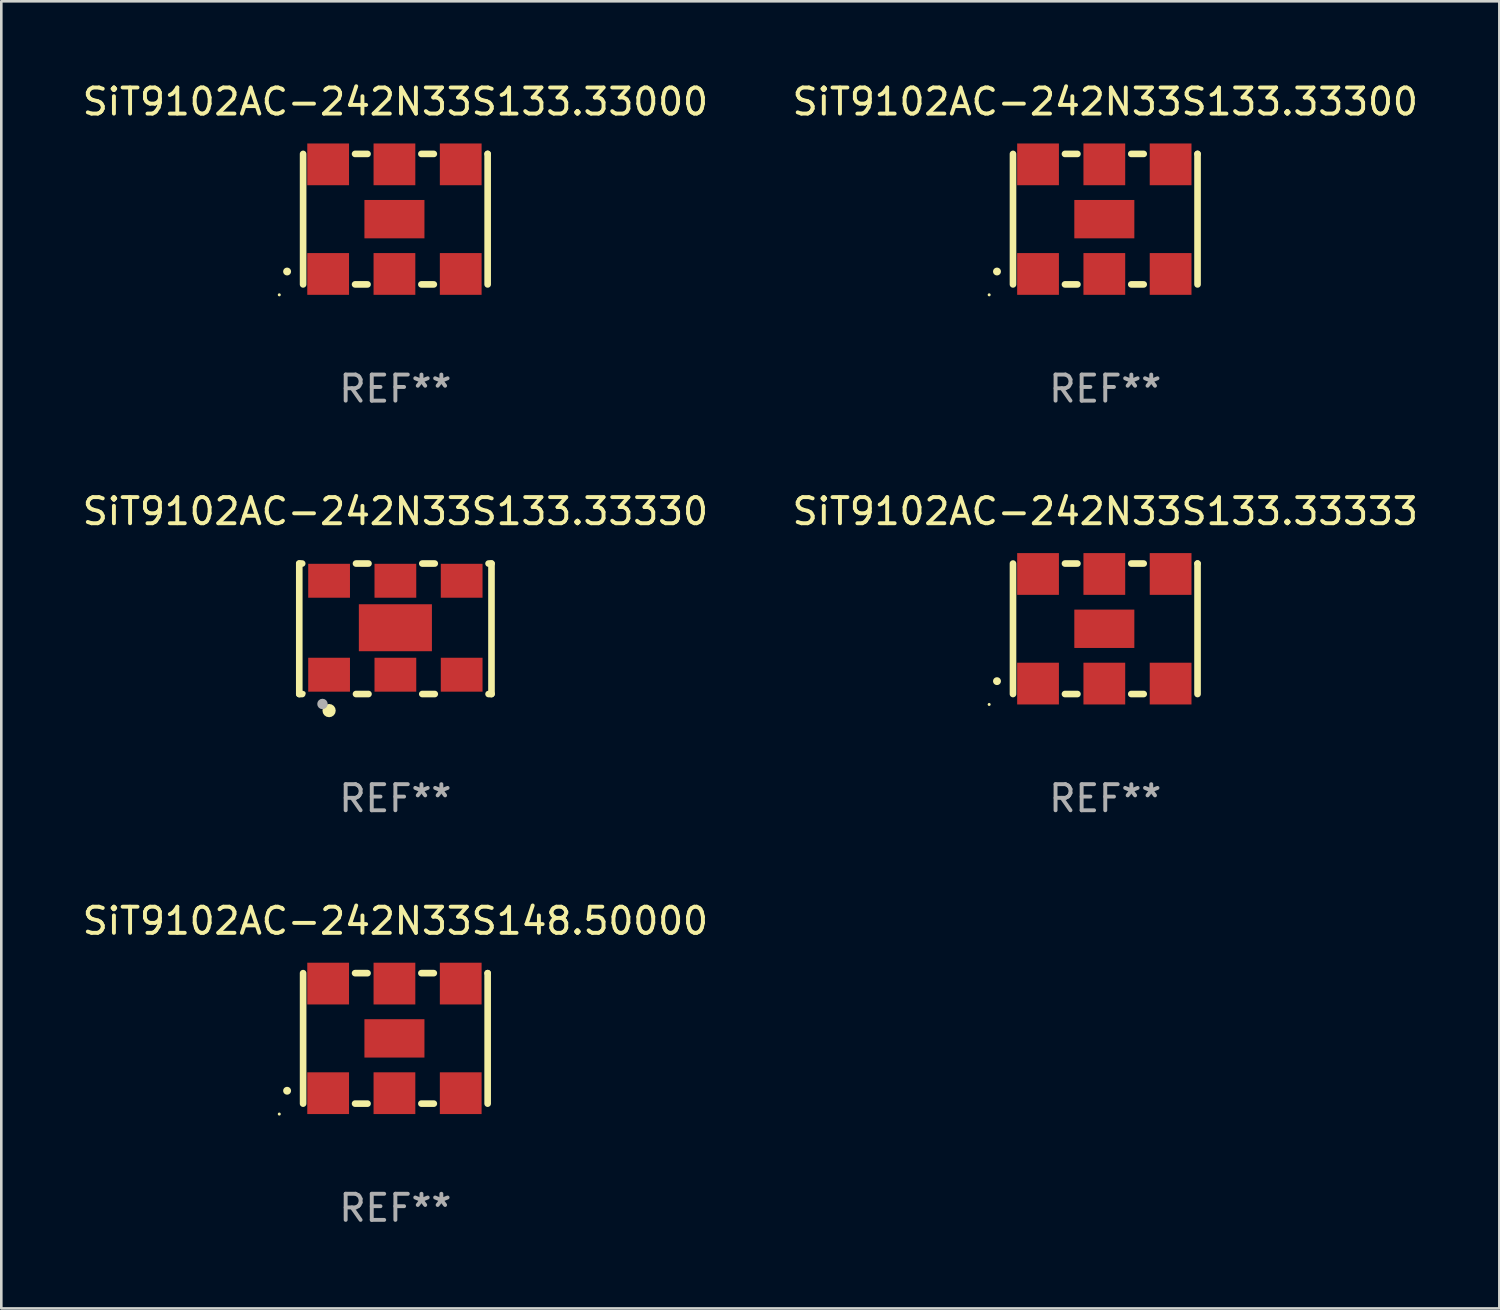
<source format=kicad_pcb>
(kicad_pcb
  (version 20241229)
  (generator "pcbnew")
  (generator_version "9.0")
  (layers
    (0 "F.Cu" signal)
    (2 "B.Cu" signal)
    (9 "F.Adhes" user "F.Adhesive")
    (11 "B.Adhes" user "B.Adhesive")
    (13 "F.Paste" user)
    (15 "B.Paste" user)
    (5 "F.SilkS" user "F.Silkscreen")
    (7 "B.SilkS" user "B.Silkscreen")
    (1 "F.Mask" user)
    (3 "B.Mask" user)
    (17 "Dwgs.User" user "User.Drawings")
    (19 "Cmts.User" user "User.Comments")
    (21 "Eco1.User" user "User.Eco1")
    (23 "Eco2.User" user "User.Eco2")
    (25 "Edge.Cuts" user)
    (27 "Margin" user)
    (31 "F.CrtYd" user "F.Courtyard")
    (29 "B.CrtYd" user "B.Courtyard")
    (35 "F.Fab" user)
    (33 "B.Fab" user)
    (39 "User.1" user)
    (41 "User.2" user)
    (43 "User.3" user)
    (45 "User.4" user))
  (footprint "SiT9102AC-242N33S133.33330"
    (layer "F.Cu")
    (at 12.101 21.045)
    (property "Reference" "SiT9102AC-242N33S133.33330" (at 0 -4.5 0) (layer "F.SilkS") (effects (font (size 1 1) (thickness 0.15))))
    (attr through_hole)
    (fp_line (start -3.683 -2.5) (end -3.571 -2.5) (stroke (width 0.254) (type solid)) (layer "F.SilkS"))
    (fp_line (start -3.683 2.5) (end -3.683 -2.5) (stroke (width 0.254) (type solid)) (layer "F.SilkS"))
    (fp_line (start -3.683 2.5) (end -3.571 2.5) (stroke (width 0.254) (type solid)) (layer "F.SilkS"))
    (fp_line (start -1.509 -2.5) (end -1.031 -2.5) (stroke (width 0.254) (type solid)) (layer "F.SilkS"))
    (fp_line (start -1.509 2.5) (end -1.031 2.5) (stroke (width 0.254) (type solid)) (layer "F.SilkS"))
    (fp_line (start 1.031 -2.5) (end 1.509 -2.5) (stroke (width 0.254) (type solid)) (layer "F.SilkS"))
    (fp_line (start 1.031 2.5) (end 1.509 2.5) (stroke (width 0.254) (type solid)) (layer "F.SilkS"))
    (fp_line (start 3.571 -2.5) (end 3.683 -2.5) (stroke (width 0.254) (type solid)) (layer "F.SilkS"))
    (fp_line (start 3.571 2.5) (end 3.683 2.5) (stroke (width 0.254) (type solid)) (layer "F.SilkS"))
    (fp_line (start 3.683 2.5) (end 3.683 -2.5) (stroke (width 0.254) (type solid)) (layer "F.SilkS"))
    (fp_circle (center -3.5 2.46) (end -3.47 2.46) (stroke (width 0.06) (type solid)) (fill no) (layer "F.SilkS"))
    (fp_circle (center -2.54 3.135) (end -2.413 3.135) (stroke (width 0.254) (type solid)) (fill no) (layer "F.SilkS"))
    (fp_circle (center -2.794 2.881) (end -2.694 2.881) (stroke (width 0.2) (type solid)) (fill no) (layer "F.Fab"))
    (fp_text user "REF**" (at 0 6.5 0) (layer "F.Fab") (effects (font (size 1 1) (thickness 0.15))))
    (pad "1" smd rect (at -2.54 1.76) (size 1.6 1.3) (layers "F.Cu" "F.Mask" "F.Paste"))
    (pad "2" smd rect (at 0 1.76) (size 1.6 1.3) (layers "F.Cu" "F.Mask" "F.Paste"))
    (pad "3" smd rect (at 2.54 1.76) (size 1.6 1.3) (layers "F.Cu" "F.Mask" "F.Paste"))
    (pad "4" smd rect (at 2.54 -1.84) (size 1.6 1.3) (layers "F.Cu" "F.Mask" "F.Paste"))
    (pad "5" smd rect (at 0 -1.84) (size 1.6 1.3) (layers "F.Cu" "F.Mask" "F.Paste"))
    (pad "6" smd rect (at -2.54 -1.84) (size 1.6 1.3) (layers "F.Cu" "F.Mask" "F.Paste"))
    (pad "7" smd rect (at 0 -0.04) (size 2.8 1.8) (layers "F.Cu" "F.Mask" "F.Paste")))
  (footprint "SiT9102AC-242N33S133.33000"
    (layer "F.Cu")
    (at 12.101 5.348)
    (property "Reference" "SiT9102AC-242N33S133.33000" (at 0 -4.5 0) (layer "F.SilkS") (effects (font (size 1 1) (thickness 0.15))))
    (attr through_hole)
    (fp_line (start -3.536 -2.5) (end -3.536 2.5) (stroke (width 0.254) (type solid)) (layer "F.SilkS"))
    (fp_line (start -1.544 2.5) (end -1.067 2.5) (stroke (width 0.254) (type solid)) (layer "F.SilkS"))
    (fp_line (start -1.067 -2.5) (end -1.544 -2.5) (stroke (width 0.254) (type solid)) (layer "F.SilkS"))
    (fp_line (start 0.996 2.5) (end 1.473 2.5) (stroke (width 0.254) (type solid)) (layer "F.SilkS"))
    (fp_line (start 1.473 -2.5) (end 0.996 -2.5) (stroke (width 0.254) (type solid)) (layer "F.SilkS"))
    (fp_line (start 3.536 -2.5) (end 3.536 -2.5) (stroke (width 0.254) (type solid)) (layer "F.SilkS"))
    (fp_line (start 3.536 2.5) (end 3.536 -2.5) (stroke (width 0.254) (type solid)) (layer "F.SilkS"))
    (fp_arc (start -4.150432 2.006604) (mid -4.149162 2.006599) (end -4.147892 2.006604) (stroke (width 0.3) (type solid)) (layer "F.SilkS"))
    (fp_circle (center -4.449 2.9) (end -4.419 2.9) (stroke (width 0.06) (type solid)) (fill no) (layer "F.SilkS"))
    (fp_text user "REF**" (at 0 6.5 0) (layer "F.Fab") (effects (font (size 1 1) (thickness 0.15))))
    (pad "1" smd rect (at -2.576 2.1) (size 1.6 1.6) (layers "F.Cu" "F.Mask" "F.Paste"))
    (pad "2" smd rect (at -0.036 2.1) (size 1.6 1.6) (layers "F.Cu" "F.Mask" "F.Paste"))
    (pad "3" smd rect (at 2.504 2.1) (size 1.6 1.6) (layers "F.Cu" "F.Mask" "F.Paste"))
    (pad "4" smd rect (at 2.504 -2.1) (size 1.6 1.6) (layers "F.Cu" "F.Mask" "F.Paste"))
    (pad "5" smd rect (at -0.036 -2.1) (size 1.6 1.6) (layers "F.Cu" "F.Mask" "F.Paste"))
    (pad "6" smd rect (at -2.576 -2.1) (size 1.6 1.6) (layers "F.Cu" "F.Mask" "F.Paste"))
    (pad "7" smd rect (at -0.036 0) (size 2.3 1.47) (layers "F.Cu" "F.Mask" "F.Paste")))
  (footprint "SiT9102AC-242N33S133.33333"
    (layer "F.Cu")
    (at 39.304 21.045)
    (property "Reference" "SiT9102AC-242N33S133.33333" (at 0 -4.5 0) (layer "F.SilkS") (effects (font (size 1 1) (thickness 0.15))))
    (attr through_hole)
    (fp_line (start -3.536 -2.5) (end -3.536 2.5) (stroke (width 0.254) (type solid)) (layer "F.SilkS"))
    (fp_line (start -1.544 2.5) (end -1.067 2.5) (stroke (width 0.254) (type solid)) (layer "F.SilkS"))
    (fp_line (start -1.067 -2.5) (end -1.544 -2.5) (stroke (width 0.254) (type solid)) (layer "F.SilkS"))
    (fp_line (start 0.996 2.5) (end 1.473 2.5) (stroke (width 0.254) (type solid)) (layer "F.SilkS"))
    (fp_line (start 1.473 -2.5) (end 0.996 -2.5) (stroke (width 0.254) (type solid)) (layer "F.SilkS"))
    (fp_line (start 3.536 -2.5) (end 3.536 -2.5) (stroke (width 0.254) (type solid)) (layer "F.SilkS"))
    (fp_line (start 3.536 2.5) (end 3.536 -2.5) (stroke (width 0.254) (type solid)) (layer "F.SilkS"))
    (fp_arc (start -4.150432 2.006604) (mid -4.149162 2.006599) (end -4.147892 2.006604) (stroke (width 0.3) (type solid)) (layer "F.SilkS"))
    (fp_circle (center -4.449 2.9) (end -4.419 2.9) (stroke (width 0.06) (type solid)) (fill no) (layer "F.SilkS"))
    (fp_text user "REF**" (at 0 6.5 0) (layer "F.Fab") (effects (font (size 1 1) (thickness 0.15))))
    (pad "1" smd rect (at -2.576 2.1) (size 1.6 1.6) (layers "F.Cu" "F.Mask" "F.Paste"))
    (pad "2" smd rect (at -0.036 2.1) (size 1.6 1.6) (layers "F.Cu" "F.Mask" "F.Paste"))
    (pad "3" smd rect (at 2.504 2.1) (size 1.6 1.6) (layers "F.Cu" "F.Mask" "F.Paste"))
    (pad "4" smd rect (at 2.504 -2.1) (size 1.6 1.6) (layers "F.Cu" "F.Mask" "F.Paste"))
    (pad "5" smd rect (at -0.036 -2.1) (size 1.6 1.6) (layers "F.Cu" "F.Mask" "F.Paste"))
    (pad "6" smd rect (at -2.576 -2.1) (size 1.6 1.6) (layers "F.Cu" "F.Mask" "F.Paste"))
    (pad "7" smd rect (at -0.036 0) (size 2.3 1.47) (layers "F.Cu" "F.Mask" "F.Paste")))
  (footprint "SiT9102AC-242N33S133.33300"
    (layer "F.Cu")
    (at 39.304 5.348)
    (property "Reference" "SiT9102AC-242N33S133.33300" (at 0 -4.5 0) (layer "F.SilkS") (effects (font (size 1 1) (thickness 0.15))))
    (attr through_hole)
    (fp_line (start -3.536 -2.5) (end -3.536 2.5) (stroke (width 0.254) (type solid)) (layer "F.SilkS"))
    (fp_line (start -1.544 2.5) (end -1.067 2.5) (stroke (width 0.254) (type solid)) (layer "F.SilkS"))
    (fp_line (start -1.067 -2.5) (end -1.544 -2.5) (stroke (width 0.254) (type solid)) (layer "F.SilkS"))
    (fp_line (start 0.996 2.5) (end 1.473 2.5) (stroke (width 0.254) (type solid)) (layer "F.SilkS"))
    (fp_line (start 1.473 -2.5) (end 0.996 -2.5) (stroke (width 0.254) (type solid)) (layer "F.SilkS"))
    (fp_line (start 3.536 -2.5) (end 3.536 -2.5) (stroke (width 0.254) (type solid)) (layer "F.SilkS"))
    (fp_line (start 3.536 2.5) (end 3.536 -2.5) (stroke (width 0.254) (type solid)) (layer "F.SilkS"))
    (fp_arc (start -4.150432 2.006604) (mid -4.149162 2.006599) (end -4.147892 2.006604) (stroke (width 0.3) (type solid)) (layer "F.SilkS"))
    (fp_circle (center -4.449 2.9) (end -4.419 2.9) (stroke (width 0.06) (type solid)) (fill no) (layer "F.SilkS"))
    (fp_text user "REF**" (at 0 6.5 0) (layer "F.Fab") (effects (font (size 1 1) (thickness 0.15))))
    (pad "1" smd rect (at -2.576 2.1) (size 1.6 1.6) (layers "F.Cu" "F.Mask" "F.Paste"))
    (pad "2" smd rect (at -0.036 2.1) (size 1.6 1.6) (layers "F.Cu" "F.Mask" "F.Paste"))
    (pad "3" smd rect (at 2.504 2.1) (size 1.6 1.6) (layers "F.Cu" "F.Mask" "F.Paste"))
    (pad "4" smd rect (at 2.504 -2.1) (size 1.6 1.6) (layers "F.Cu" "F.Mask" "F.Paste"))
    (pad "5" smd rect (at -0.036 -2.1) (size 1.6 1.6) (layers "F.Cu" "F.Mask" "F.Paste"))
    (pad "6" smd rect (at -2.576 -2.1) (size 1.6 1.6) (layers "F.Cu" "F.Mask" "F.Paste"))
    (pad "7" smd rect (at -0.036 0) (size 2.3 1.47) (layers "F.Cu" "F.Mask" "F.Paste")))
  (footprint "SiT9102AC-242N33S148.50000"
    (layer "F.Cu")
    (at 12.101 36.741)
    (property "Reference" "SiT9102AC-242N33S148.50000" (at 0 -4.5 0) (layer "F.SilkS") (effects (font (size 1 1) (thickness 0.15))))
    (attr through_hole)
    (fp_line (start -3.536 -2.5) (end -3.536 2.5) (stroke (width 0.254) (type solid)) (layer "F.SilkS"))
    (fp_line (start -1.544 2.5) (end -1.067 2.5) (stroke (width 0.254) (type solid)) (layer "F.SilkS"))
    (fp_line (start -1.067 -2.5) (end -1.544 -2.5) (stroke (width 0.254) (type solid)) (layer "F.SilkS"))
    (fp_line (start 0.996 2.5) (end 1.473 2.5) (stroke (width 0.254) (type solid)) (layer "F.SilkS"))
    (fp_line (start 1.473 -2.5) (end 0.996 -2.5) (stroke (width 0.254) (type solid)) (layer "F.SilkS"))
    (fp_line (start 3.536 -2.5) (end 3.536 -2.5) (stroke (width 0.254) (type solid)) (layer "F.SilkS"))
    (fp_line (start 3.536 2.5) (end 3.536 -2.5) (stroke (width 0.254) (type solid)) (layer "F.SilkS"))
    (fp_arc (start -4.150432 2.006604) (mid -4.149162 2.006599) (end -4.147892 2.006604) (stroke (width 0.3) (type solid)) (layer "F.SilkS"))
    (fp_circle (center -4.449 2.9) (end -4.419 2.9) (stroke (width 0.06) (type solid)) (fill no) (layer "F.SilkS"))
    (fp_text user "REF**" (at 0 6.5 0) (layer "F.Fab") (effects (font (size 1 1) (thickness 0.15))))
    (pad "1" smd rect (at -2.576 2.1) (size 1.6 1.6) (layers "F.Cu" "F.Mask" "F.Paste"))
    (pad "2" smd rect (at -0.036 2.1) (size 1.6 1.6) (layers "F.Cu" "F.Mask" "F.Paste"))
    (pad "3" smd rect (at 2.504 2.1) (size 1.6 1.6) (layers "F.Cu" "F.Mask" "F.Paste"))
    (pad "4" smd rect (at 2.504 -2.1) (size 1.6 1.6) (layers "F.Cu" "F.Mask" "F.Paste"))
    (pad "5" smd rect (at -0.036 -2.1) (size 1.6 1.6) (layers "F.Cu" "F.Mask" "F.Paste"))
    (pad "6" smd rect (at -2.576 -2.1) (size 1.6 1.6) (layers "F.Cu" "F.Mask" "F.Paste"))
    (pad "7" smd rect (at -0.036 0) (size 2.3 1.47) (layers "F.Cu" "F.Mask" "F.Paste")))
  (gr_rect
    (start -3 -3)
    (end 54.405 47.09)
    (stroke (width 0.1) (type default))
    (fill no)
    (layer "Edge.Cuts")))
</source>
